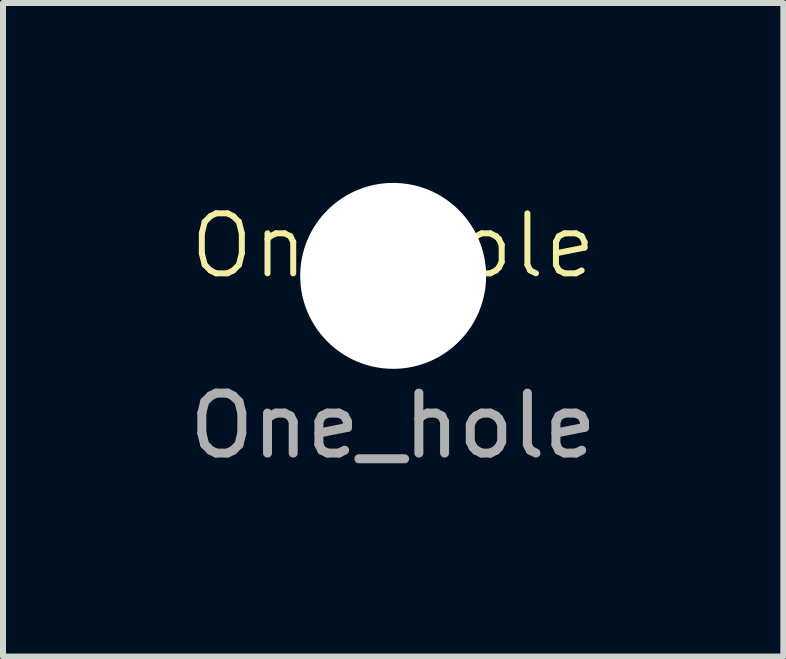
<source format=kicad_pcb>
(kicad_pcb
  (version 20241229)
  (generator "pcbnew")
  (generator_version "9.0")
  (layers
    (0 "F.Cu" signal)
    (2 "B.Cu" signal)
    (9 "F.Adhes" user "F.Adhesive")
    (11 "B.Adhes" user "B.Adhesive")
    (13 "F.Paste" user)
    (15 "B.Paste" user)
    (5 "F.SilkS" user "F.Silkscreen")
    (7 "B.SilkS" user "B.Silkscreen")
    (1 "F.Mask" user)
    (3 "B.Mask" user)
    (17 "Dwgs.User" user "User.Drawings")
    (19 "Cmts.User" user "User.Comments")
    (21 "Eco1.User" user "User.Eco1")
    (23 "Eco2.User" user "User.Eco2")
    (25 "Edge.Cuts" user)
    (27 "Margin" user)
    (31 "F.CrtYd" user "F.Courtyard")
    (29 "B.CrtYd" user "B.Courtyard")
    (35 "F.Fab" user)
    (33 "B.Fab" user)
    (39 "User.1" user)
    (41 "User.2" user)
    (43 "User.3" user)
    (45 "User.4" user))
  (footprint "One_hole"
    (layer "F.Cu")
    (at 3.506 1.55)
    (property "Reference" "One_hole" (at 0 -0.5 0) (unlocked yes) (layer "F.SilkS") (effects (font (size 1 1) (thickness 0.1))))
    (fp_text user "${REFERENCE}" (at 0 2.5 0) (unlocked yes) (layer "F.Fab") (effects (font (size 1 1) (thickness 0.15))))
    (pad "" np_thru_hole circle (at 0 0) (size 3.1 3.1) (drill 3.1) (layers "*.Cu" "*.Mask")))
  (gr_rect
    (start -3 -3)
    (end 10.012 7.898)
    (stroke (width 0.1) (type default))
    (fill no)
    (layer "Edge.Cuts")))
</source>
